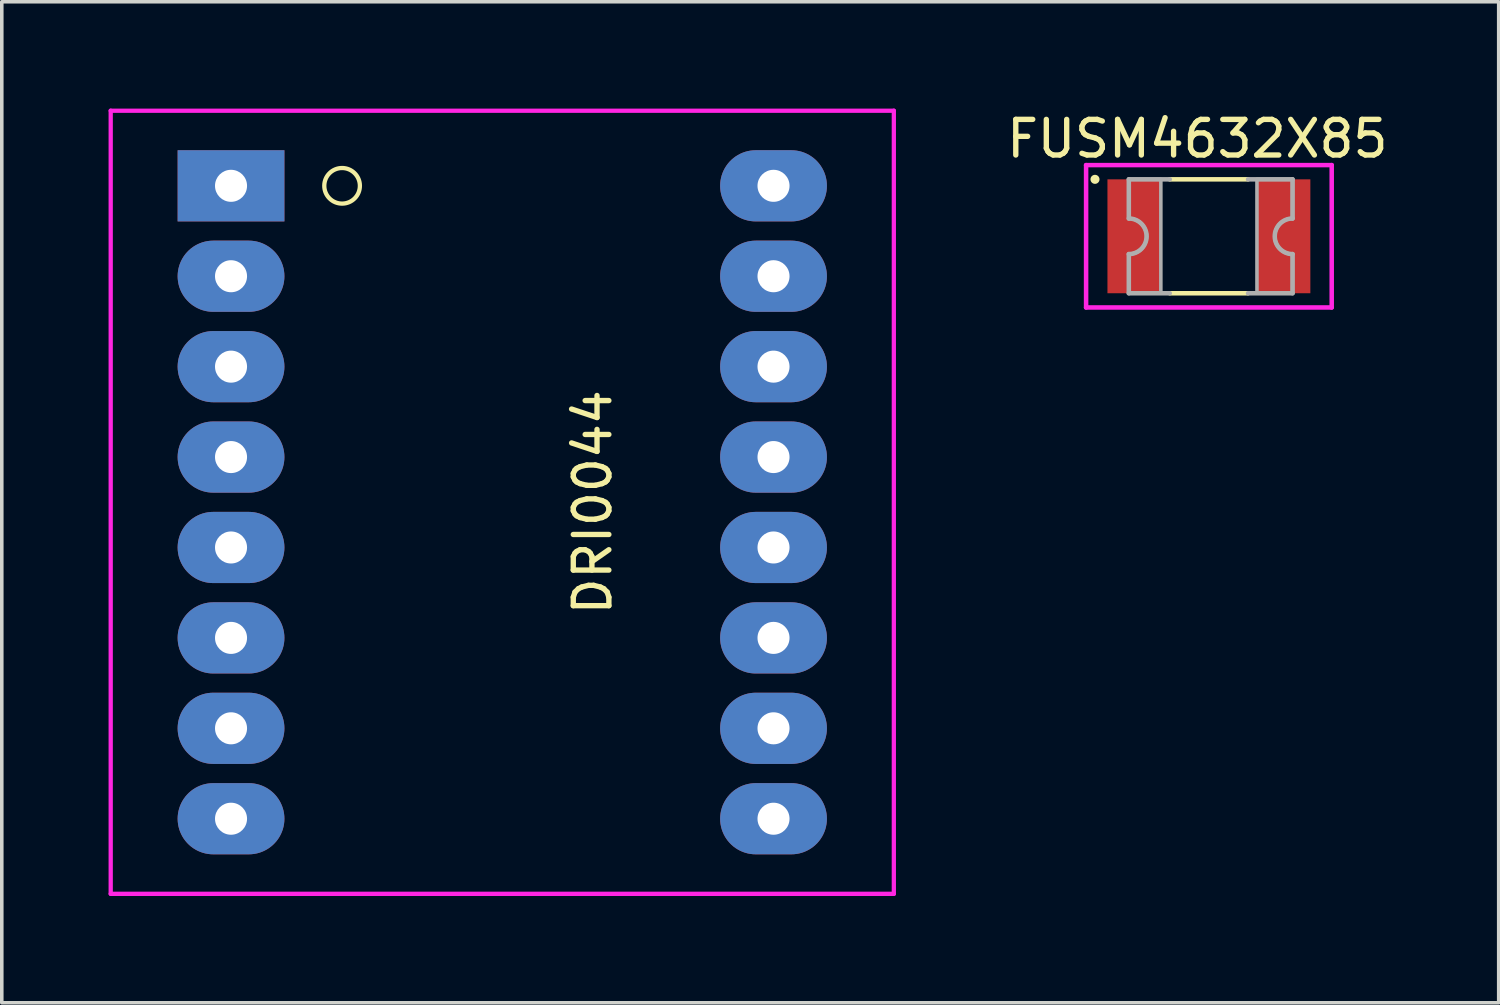
<source format=kicad_pcb>
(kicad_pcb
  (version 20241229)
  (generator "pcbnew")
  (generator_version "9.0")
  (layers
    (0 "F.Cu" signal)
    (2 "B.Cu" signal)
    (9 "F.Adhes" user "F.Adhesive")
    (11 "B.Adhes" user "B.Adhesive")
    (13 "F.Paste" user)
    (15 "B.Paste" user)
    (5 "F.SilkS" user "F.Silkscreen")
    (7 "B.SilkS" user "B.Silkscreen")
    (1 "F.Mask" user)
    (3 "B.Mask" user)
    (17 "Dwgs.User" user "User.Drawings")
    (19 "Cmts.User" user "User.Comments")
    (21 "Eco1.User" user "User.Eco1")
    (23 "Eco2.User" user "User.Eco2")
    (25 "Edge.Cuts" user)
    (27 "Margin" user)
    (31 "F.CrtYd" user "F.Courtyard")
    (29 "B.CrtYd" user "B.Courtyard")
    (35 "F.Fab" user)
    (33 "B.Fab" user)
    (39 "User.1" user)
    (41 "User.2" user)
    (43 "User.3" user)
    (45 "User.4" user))
  (footprint "FUSM4632X85"
    (layer "F.Cu")
    (at 30.911 3.588)
    (property "Reference" "FUSM4632X85" (at -0.325 -2.739 0) (layer "F.SilkS") (effects (font (size 1.001 1.001) (thickness 0.15))))
    (attr smd)
    (fp_line (start -1.1 -1.6) (end 1.1 -1.6) (stroke (width 0.127) (type solid)) (layer "F.SilkS"))
    (fp_line (start 1.1 1.6) (end -1.1 1.6) (stroke (width 0.127) (type solid)) (layer "F.SilkS"))
    (fp_circle (center -3.2 -1.6) (end -3.073 -1.6) (stroke (width 0) (type solid)) (fill yes) (layer "F.SilkS"))
    (fp_line (start -3.45 -2) (end -3.45 2) (stroke (width 0.127) (type solid)) (layer "F.CrtYd"))
    (fp_line (start -3.45 2) (end 3.45 2) (stroke (width 0.127) (type solid)) (layer "F.CrtYd"))
    (fp_line (start 3.45 -2) (end -3.45 -2) (stroke (width 0.127) (type solid)) (layer "F.CrtYd"))
    (fp_line (start 3.45 2) (end 3.45 -2) (stroke (width 0.127) (type solid)) (layer "F.CrtYd"))
    (fp_line (start -2.25 -1.6) (end -2.25 -0.5) (stroke (width 0.127) (type solid)) (layer "F.Fab"))
    (fp_line (start -2.25 -1.6) (end -1.1 -1.6) (stroke (width 0.127) (type solid)) (layer "F.Fab"))
    (fp_line (start -2.25 1.6) (end -2.25 0.5) (stroke (width 0.127) (type solid)) (layer "F.Fab"))
    (fp_line (start -1.1 1.6) (end -2.25 1.6) (stroke (width 0.127) (type solid)) (layer "F.Fab"))
    (fp_line (start 1.1 -1.6) (end 2.35 -1.6) (stroke (width 0.127) (type solid)) (layer "F.Fab"))
    (fp_line (start 2.35 -1.6) (end 2.35 -0.5) (stroke (width 0.127) (type solid)) (layer "F.Fab"))
    (fp_line (start 2.35 0.5) (end 2.35 1.6) (stroke (width 0.127) (type solid)) (layer "F.Fab"))
    (fp_line (start 2.35 1.6) (end 1.1 1.6) (stroke (width 0.127) (type solid)) (layer "F.Fab"))
    (fp_arc (start -2.25 -0.5) (mid -1.75 0) (end -2.25 0.5) (stroke (width 0.127) (type solid)) (layer "F.Fab"))
    (fp_arc (start 2.35 0.5) (mid 1.85 0) (end 2.35 -0.5) (stroke (width 0.127) (type solid)) (layer "F.Fab"))
    (fp_poly (pts (xy -1.35 -1.6) (xy -2.25 -1.6) (xy -2.25 -0.5) (xy -2.224 -0.499) (xy -2.198 -0.497) (xy -2.172 -0.494) (xy -2.146 -0.489) (xy -2.121 -0.483) (xy -2.095 -0.476) (xy -2.071 -0.467) (xy -2.047 -0.457) (xy -2.023 -0.446) (xy -2 -0.433) (xy -1.978 -0.419) (xy -1.956 -0.405) (xy -1.935 -0.389) (xy -1.915 -0.372) (xy -1.896 -0.354) (xy -1.878 -0.335) (xy -1.861 -0.315) (xy -1.845 -0.294) (xy -1.831 -0.272) (xy -1.817 -0.25) (xy -1.804 -0.227) (xy -1.793 -0.203) (xy -1.783 -0.179) (xy -1.774 -0.155) (xy -1.767 -0.129) (xy -1.761 -0.104) (xy -1.756 -0.078) (xy -1.753 -0.052) (xy -1.751 -0.026) (xy -1.75 0) (xy -1.751 0.026) (xy -1.753 0.052) (xy -1.756 0.078) (xy -1.761 0.104) (xy -1.767 0.129) (xy -1.774 0.155) (xy -1.783 0.179) (xy -1.793 0.203) (xy -1.804 0.227) (xy -1.817 0.25) (xy -1.831 0.272) (xy -1.845 0.294) (xy -1.861 0.315) (xy -1.878 0.335) (xy -1.896 0.354) (xy -1.915 0.372) (xy -1.935 0.389) (xy -1.956 0.405) (xy -1.978 0.419) (xy -2 0.433) (xy -2.023 0.446) (xy -2.047 0.457) (xy -2.071 0.467) (xy -2.095 0.476) (xy -2.121 0.483) (xy -2.146 0.489) (xy -2.172 0.494) (xy -2.198 0.497) (xy -2.224 0.499) (xy -2.25 0.5) (xy -2.25 1.6) (xy -1.35 1.6) (xy -1.35 -1.6)) (stroke (width 0.1) (type solid)) (fill no) (layer "F.Fab"))
    (fp_poly (pts (xy 1.35 -1.6) (xy 1.35 1.6) (xy 2.35 1.6) (xy 2.35 0.5) (xy 2.324 0.499) (xy 2.298 0.497) (xy 2.272 0.494) (xy 2.246 0.489) (xy 2.221 0.483) (xy 2.195 0.476) (xy 2.171 0.467) (xy 2.147 0.457) (xy 2.123 0.446) (xy 2.1 0.433) (xy 2.078 0.419) (xy 2.056 0.405) (xy 2.035 0.389) (xy 2.015 0.372) (xy 1.996 0.354) (xy 1.978 0.335) (xy 1.961 0.315) (xy 1.945 0.294) (xy 1.931 0.272) (xy 1.917 0.25) (xy 1.904 0.227) (xy 1.893 0.203) (xy 1.883 0.179) (xy 1.874 0.155) (xy 1.867 0.129) (xy 1.861 0.104) (xy 1.856 0.078) (xy 1.853 0.052) (xy 1.851 0.026) (xy 1.85 0) (xy 1.851 -0.026) (xy 1.853 -0.052) (xy 1.856 -0.078) (xy 1.861 -0.104) (xy 1.867 -0.129) (xy 1.874 -0.155) (xy 1.883 -0.179) (xy 1.893 -0.203) (xy 1.904 -0.227) (xy 1.917 -0.25) (xy 1.931 -0.272) (xy 1.945 -0.294) (xy 1.961 -0.315) (xy 1.978 -0.335) (xy 1.996 -0.354) (xy 2.015 -0.372) (xy 2.035 -0.389) (xy 2.056 -0.405) (xy 2.078 -0.419) (xy 2.1 -0.433) (xy 2.123 -0.446) (xy 2.147 -0.457) (xy 2.171 -0.467) (xy 2.195 -0.476) (xy 2.221 -0.483) (xy 2.246 -0.489) (xy 2.272 -0.494) (xy 2.298 -0.497) (xy 2.324 -0.499) (xy 2.35 -0.5) (xy 2.35 -1.6) (xy 1.35 -1.6)) (stroke (width 0.1) (type solid)) (fill no) (layer "F.Fab"))
    (pad "1" smd rect (at -2.1 0) (size 1.5 3.2) (layers "F.Cu" "F.Mask" "F.Paste"))
    (pad "2" smd rect (at 2.1 0) (size 1.5 3.2) (layers "F.Cu" "F.Mask" "F.Paste")))
  (footprint "DRI0044"
    (layer "F.Cu")
    (at 11.06 11.06)
    (property "Reference" "DRI0044" (at 2.54 0 270) (layer "F.SilkS") (effects (font (size 1 1) (thickness 0.15))))
    (attr through_hole)
    (fp_circle (center -4.5 -8.89) (end -4 -8.89) (stroke (width 0.12) (type solid)) (fill no) (layer "F.SilkS"))
    (fp_line (start -11 -11) (end 11 -11) (stroke (width 0.12) (type solid)) (layer "F.CrtYd"))
    (fp_line (start -11 11) (end -11 -11) (stroke (width 0.12) (type solid)) (layer "F.CrtYd"))
    (fp_line (start 11 -11) (end 11 11) (stroke (width 0.12) (type solid)) (layer "F.CrtYd"))
    (fp_line (start 11 11) (end -11 11) (stroke (width 0.12) (type solid)) (layer "F.CrtYd"))
    (pad "1" thru_hole rect (at -7.62 -8.89) (size 3 2) (drill 0.9) (layers "*.Cu" "*.Mask"))
    (pad "2" thru_hole oval (at -7.62 -6.35) (size 3 2) (drill 0.9) (layers "*.Cu" "*.Mask"))
    (pad "3" thru_hole oval (at -7.62 -3.81) (size 3 2) (drill 0.9) (layers "*.Cu" "*.Mask"))
    (pad "4" thru_hole oval (at -7.62 -1.27) (size 3 2) (drill 0.9) (layers "*.Cu" "*.Mask"))
    (pad "5" thru_hole oval (at -7.62 1.27) (size 3 2) (drill 0.9) (layers "*.Cu" "*.Mask"))
    (pad "6" thru_hole oval (at -7.62 3.81) (size 3 2) (drill 0.9) (layers "*.Cu" "*.Mask"))
    (pad "7" thru_hole oval (at -7.62 6.35) (size 3 2) (drill 0.9) (layers "*.Cu" "*.Mask"))
    (pad "8" thru_hole oval (at -7.62 8.89) (size 3 2) (drill 0.9) (layers "*.Cu" "*.Mask"))
    (pad "9" thru_hole oval (at 7.62 8.89) (size 3 2) (drill 0.9) (layers "*.Cu" "*.Mask"))
    (pad "10" thru_hole oval (at 7.62 6.35) (size 3 2) (drill 0.9) (layers "*.Cu" "*.Mask"))
    (pad "11" thru_hole oval (at 7.62 3.81) (size 3 2) (drill 0.9) (layers "*.Cu" "*.Mask"))
    (pad "12" thru_hole oval (at 7.62 1.27) (size 3 2) (drill 0.9) (layers "*.Cu" "*.Mask"))
    (pad "13" thru_hole oval (at 7.62 -1.27) (size 3 2) (drill 0.9) (layers "*.Cu" "*.Mask"))
    (pad "14" thru_hole oval (at 7.62 -3.81) (size 3 2) (drill 0.9) (layers "*.Cu" "*.Mask"))
    (pad "15" thru_hole oval (at 7.62 -6.35) (size 3 2) (drill 0.9) (layers "*.Cu" "*.Mask"))
    (pad "16" thru_hole oval (at 7.62 -8.89) (size 3 2) (drill 0.9) (layers "*.Cu" "*.Mask")))
  (gr_rect
    (start -3 -3)
    (end 39.052 25.12)
    (stroke (width 0.1) (type default))
    (fill no)
    (layer "Edge.Cuts")))
</source>
